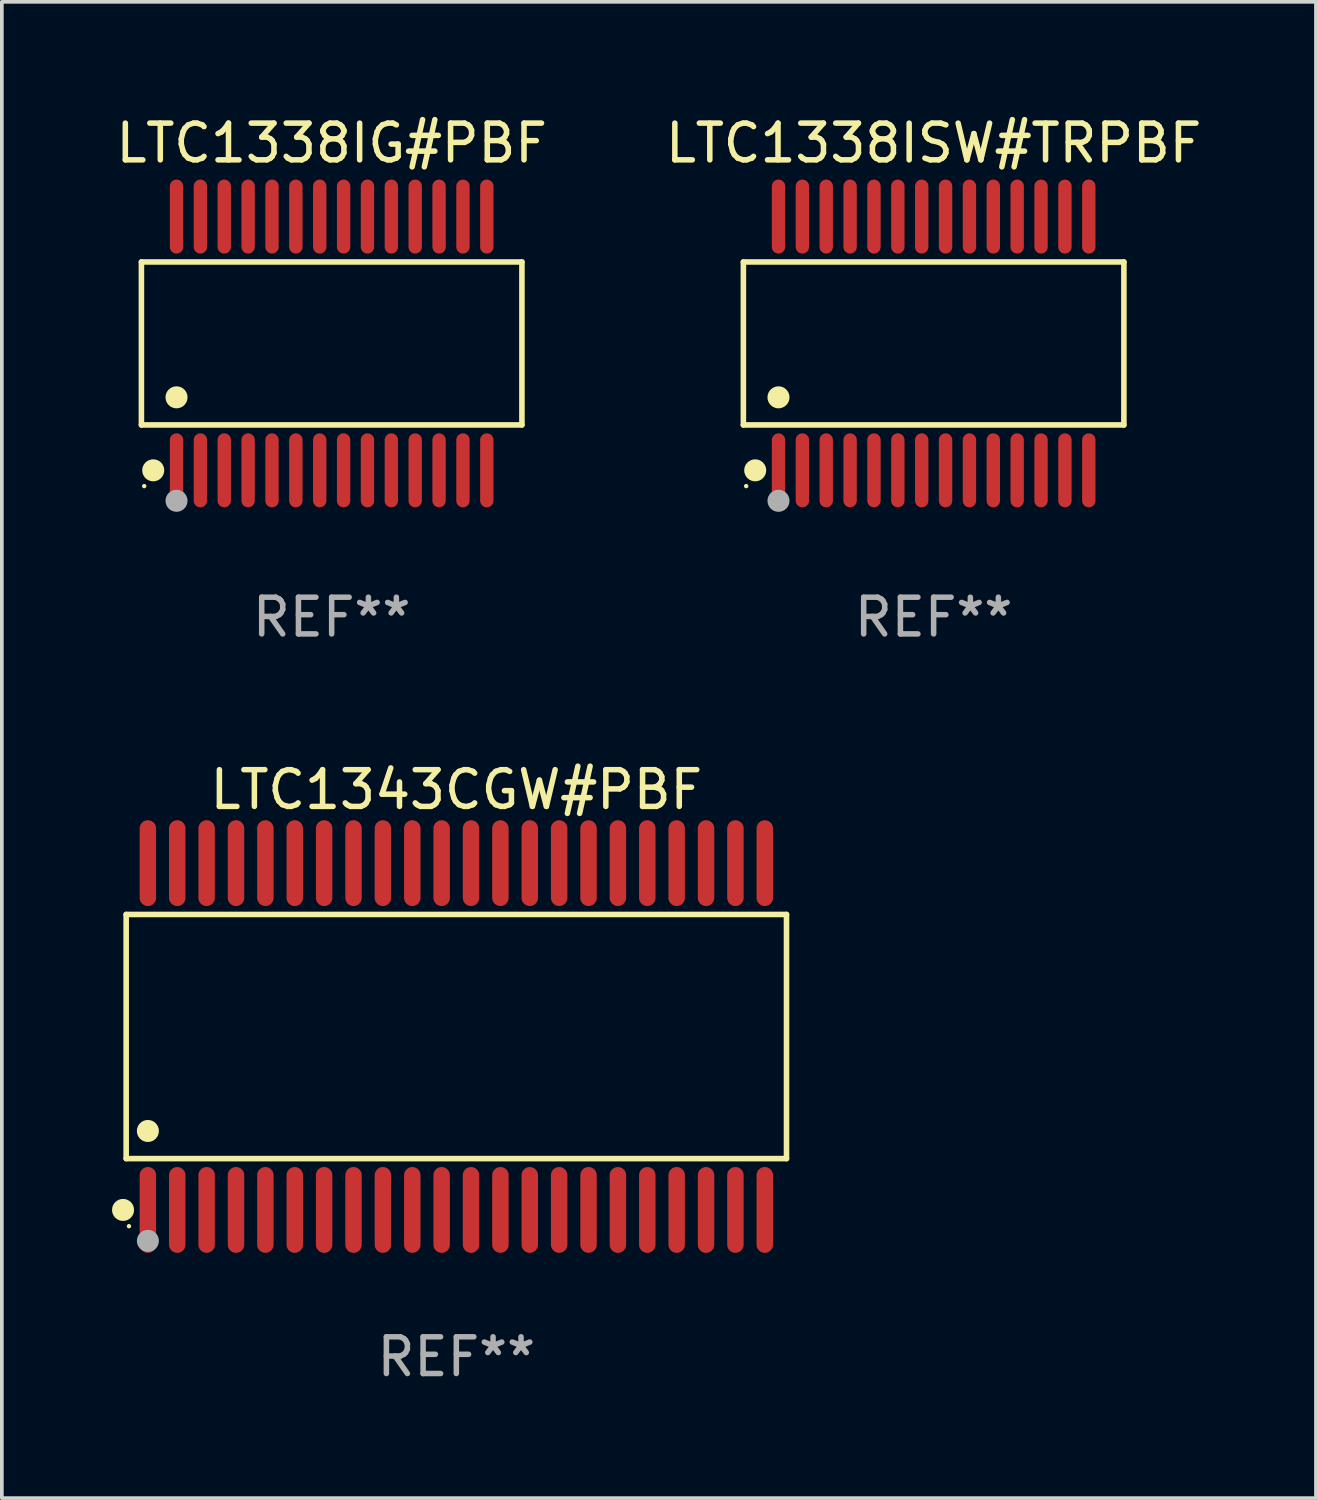
<source format=kicad_pcb>
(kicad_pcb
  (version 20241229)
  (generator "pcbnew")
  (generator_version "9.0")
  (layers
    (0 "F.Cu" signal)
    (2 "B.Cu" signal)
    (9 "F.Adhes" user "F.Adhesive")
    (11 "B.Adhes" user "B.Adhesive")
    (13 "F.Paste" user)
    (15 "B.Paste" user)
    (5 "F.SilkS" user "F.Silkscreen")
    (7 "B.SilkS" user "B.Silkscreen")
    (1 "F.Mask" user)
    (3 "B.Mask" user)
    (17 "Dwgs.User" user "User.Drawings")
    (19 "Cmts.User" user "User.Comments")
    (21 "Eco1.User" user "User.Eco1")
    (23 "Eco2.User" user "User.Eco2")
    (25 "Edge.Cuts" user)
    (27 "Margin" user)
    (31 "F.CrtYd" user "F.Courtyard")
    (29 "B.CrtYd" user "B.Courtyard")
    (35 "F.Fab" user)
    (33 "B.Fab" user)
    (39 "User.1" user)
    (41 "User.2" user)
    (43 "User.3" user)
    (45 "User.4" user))
  (footprint "LTC1338ISW#TRPBF"
    (layer "F.Cu")
    (at 22.375 6.303)
    (property "Reference" "LTC1338ISW#TRPBF" (at 0 -5.455 0) (layer "F.SilkS") (effects (font (size 1 1) (thickness 0.15))))
    (attr through_hole)
    (fp_line (start -5.181 -2.219) (end 5.181 -2.219) (stroke (width 0.152) (type solid)) (layer "F.SilkS"))
    (fp_line (start -5.181 2.219) (end -5.181 -2.219) (stroke (width 0.152) (type solid)) (layer "F.SilkS"))
    (fp_line (start 5.181 -2.219) (end 5.181 2.219) (stroke (width 0.152) (type solid)) (layer "F.SilkS"))
    (fp_line (start 5.181 2.219) (end -5.181 2.219) (stroke (width 0.152) (type solid)) (layer "F.SilkS"))
    (fp_circle (center -5.105 3.885) (end -5.075 3.885) (stroke (width 0.06) (type solid)) (fill no) (layer "F.SilkS"))
    (fp_circle (center -4.859 3.455) (end -4.709 3.455) (stroke (width 0.3) (type solid)) (fill no) (layer "F.SilkS"))
    (fp_circle (center -4.225 1.467) (end -4.075 1.467) (stroke (width 0.3) (type solid)) (fill no) (layer "F.SilkS"))
    (fp_circle (center -4.225 4.285) (end -4.075 4.285) (stroke (width 0.3) (type solid)) (fill no) (layer "F.Fab"))
    (fp_text user "REF**" (at 0 7.455 0) (layer "F.Fab") (effects (font (size 1 1) (thickness 0.15))))
    (pad "1" smd oval (at -4.225 3.455) (size 0.364 2.015) (layers "F.Cu" "F.Mask" "F.Paste"))
    (pad "2" smd oval (at -3.575 3.455) (size 0.364 2.015) (layers "F.Cu" "F.Mask" "F.Paste"))
    (pad "3" smd oval (at -2.925 3.455) (size 0.364 2.015) (layers "F.Cu" "F.Mask" "F.Paste"))
    (pad "4" smd oval (at -2.275 3.455) (size 0.364 2.015) (layers "F.Cu" "F.Mask" "F.Paste"))
    (pad "5" smd oval (at -1.625 3.455) (size 0.364 2.015) (layers "F.Cu" "F.Mask" "F.Paste"))
    (pad "6" smd oval (at -0.975 3.455) (size 0.364 2.015) (layers "F.Cu" "F.Mask" "F.Paste"))
    (pad "7" smd oval (at -0.325 3.455) (size 0.364 2.015) (layers "F.Cu" "F.Mask" "F.Paste"))
    (pad "8" smd oval (at 0.325 3.455) (size 0.364 2.015) (layers "F.Cu" "F.Mask" "F.Paste"))
    (pad "9" smd oval (at 0.975 3.455) (size 0.364 2.015) (layers "F.Cu" "F.Mask" "F.Paste"))
    (pad "10" smd oval (at 1.625 3.455) (size 0.364 2.015) (layers "F.Cu" "F.Mask" "F.Paste"))
    (pad "11" smd oval (at 2.275 3.455) (size 0.364 2.015) (layers "F.Cu" "F.Mask" "F.Paste"))
    (pad "12" smd oval (at 2.925 3.455) (size 0.364 2.015) (layers "F.Cu" "F.Mask" "F.Paste"))
    (pad "13" smd oval (at 3.575 3.455) (size 0.364 2.015) (layers "F.Cu" "F.Mask" "F.Paste"))
    (pad "14" smd oval (at 4.225 3.455) (size 0.364 2.015) (layers "F.Cu" "F.Mask" "F.Paste"))
    (pad "15" smd oval (at 4.225 -3.455) (size 0.364 2.015) (layers "F.Cu" "F.Mask" "F.Paste"))
    (pad "16" smd oval (at 3.575 -3.455) (size 0.364 2.015) (layers "F.Cu" "F.Mask" "F.Paste"))
    (pad "17" smd oval (at 2.925 -3.455) (size 0.364 2.015) (layers "F.Cu" "F.Mask" "F.Paste"))
    (pad "18" smd oval (at 2.275 -3.455) (size 0.364 2.015) (layers "F.Cu" "F.Mask" "F.Paste"))
    (pad "19" smd oval (at 1.625 -3.455) (size 0.364 2.015) (layers "F.Cu" "F.Mask" "F.Paste"))
    (pad "20" smd oval (at 0.975 -3.455) (size 0.364 2.015) (layers "F.Cu" "F.Mask" "F.Paste"))
    (pad "21" smd oval (at 0.325 -3.455) (size 0.364 2.015) (layers "F.Cu" "F.Mask" "F.Paste"))
    (pad "22" smd oval (at -0.325 -3.455) (size 0.364 2.015) (layers "F.Cu" "F.Mask" "F.Paste"))
    (pad "23" smd oval (at -0.975 -3.455) (size 0.364 2.015) (layers "F.Cu" "F.Mask" "F.Paste"))
    (pad "24" smd oval (at -1.625 -3.455) (size 0.364 2.015) (layers "F.Cu" "F.Mask" "F.Paste"))
    (pad "25" smd oval (at -2.275 -3.455) (size 0.364 2.015) (layers "F.Cu" "F.Mask" "F.Paste"))
    (pad "26" smd oval (at -2.925 -3.455) (size 0.364 2.015) (layers "F.Cu" "F.Mask" "F.Paste"))
    (pad "27" smd oval (at -3.575 -3.455) (size 0.364 2.015) (layers "F.Cu" "F.Mask" "F.Paste"))
    (pad "28" smd oval (at -4.225 -3.455) (size 0.364 2.015) (layers "F.Cu" "F.Mask" "F.Paste")))
  (footprint "LTC1343CGW#PBF"
    (layer "F.Cu")
    (at 9.377 25.177)
    (property "Reference" "LTC1343CGW#PBF" (at 0 -6.722 0) (layer "F.SilkS") (effects (font (size 1 1) (thickness 0.15))))
    (attr through_hole)
    (fp_line (start -8.991 -3.324) (end 8.991 -3.324) (stroke (width 0.152) (type solid)) (layer "F.SilkS"))
    (fp_line (start -8.991 3.324) (end -8.991 -3.324) (stroke (width 0.152) (type solid)) (layer "F.SilkS"))
    (fp_line (start 8.991 -3.324) (end 8.991 3.324) (stroke (width 0.152) (type solid)) (layer "F.SilkS"))
    (fp_line (start 8.991 3.324) (end -8.991 3.324) (stroke (width 0.152) (type solid)) (layer "F.SilkS"))
    (fp_circle (center -9.076 4.722) (end -8.926 4.722) (stroke (width 0.3) (type solid)) (fill no) (layer "F.SilkS"))
    (fp_circle (center -8.915 5.165) (end -8.885 5.165) (stroke (width 0.06) (type solid)) (fill no) (layer "F.SilkS"))
    (fp_circle (center -8.4 2.572) (end -8.25 2.572) (stroke (width 0.3) (type solid)) (fill no) (layer "F.SilkS"))
    (fp_circle (center -8.4 5.565) (end -8.25 5.565) (stroke (width 0.3) (type solid)) (fill no) (layer "F.Fab"))
    (fp_text user "REF**" (at 0 8.722 0) (layer "F.Fab") (effects (font (size 1 1) (thickness 0.15))))
    (pad "1" smd oval (at -8.4 4.722) (size 0.448 2.337) (layers "F.Cu" "F.Mask" "F.Paste"))
    (pad "2" smd oval (at -7.6 4.722) (size 0.448 2.337) (layers "F.Cu" "F.Mask" "F.Paste"))
    (pad "3" smd oval (at -6.8 4.722) (size 0.448 2.337) (layers "F.Cu" "F.Mask" "F.Paste"))
    (pad "4" smd oval (at -6 4.722) (size 0.448 2.337) (layers "F.Cu" "F.Mask" "F.Paste"))
    (pad "5" smd oval (at -5.2 4.722) (size 0.448 2.337) (layers "F.Cu" "F.Mask" "F.Paste"))
    (pad "6" smd oval (at -4.4 4.722) (size 0.448 2.337) (layers "F.Cu" "F.Mask" "F.Paste"))
    (pad "7" smd oval (at -3.6 4.722) (size 0.448 2.337) (layers "F.Cu" "F.Mask" "F.Paste"))
    (pad "8" smd oval (at -2.8 4.722) (size 0.448 2.337) (layers "F.Cu" "F.Mask" "F.Paste"))
    (pad "9" smd oval (at -2 4.722) (size 0.448 2.337) (layers "F.Cu" "F.Mask" "F.Paste"))
    (pad "10" smd oval (at -1.2 4.722) (size 0.448 2.337) (layers "F.Cu" "F.Mask" "F.Paste"))
    (pad "11" smd oval (at -0.4 4.722) (size 0.448 2.337) (layers "F.Cu" "F.Mask" "F.Paste"))
    (pad "12" smd oval (at 0.4 4.722) (size 0.448 2.337) (layers "F.Cu" "F.Mask" "F.Paste"))
    (pad "13" smd oval (at 1.2 4.722) (size 0.448 2.337) (layers "F.Cu" "F.Mask" "F.Paste"))
    (pad "14" smd oval (at 2 4.722) (size 0.448 2.337) (layers "F.Cu" "F.Mask" "F.Paste"))
    (pad "15" smd oval (at 2.8 4.722) (size 0.448 2.337) (layers "F.Cu" "F.Mask" "F.Paste"))
    (pad "16" smd oval (at 3.6 4.722) (size 0.448 2.337) (layers "F.Cu" "F.Mask" "F.Paste"))
    (pad "17" smd oval (at 4.4 4.722) (size 0.448 2.337) (layers "F.Cu" "F.Mask" "F.Paste"))
    (pad "18" smd oval (at 5.2 4.722) (size 0.448 2.337) (layers "F.Cu" "F.Mask" "F.Paste"))
    (pad "19" smd oval (at 6 4.722) (size 0.448 2.337) (layers "F.Cu" "F.Mask" "F.Paste"))
    (pad "20" smd oval (at 6.8 4.722) (size 0.448 2.337) (layers "F.Cu" "F.Mask" "F.Paste"))
    (pad "21" smd oval (at 7.6 4.722) (size 0.448 2.337) (layers "F.Cu" "F.Mask" "F.Paste"))
    (pad "22" smd oval (at 8.4 4.722) (size 0.448 2.337) (layers "F.Cu" "F.Mask" "F.Paste"))
    (pad "23" smd oval (at 8.4 -4.722) (size 0.448 2.337) (layers "F.Cu" "F.Mask" "F.Paste"))
    (pad "24" smd oval (at 7.6 -4.722) (size 0.448 2.337) (layers "F.Cu" "F.Mask" "F.Paste"))
    (pad "25" smd oval (at 6.8 -4.722) (size 0.448 2.337) (layers "F.Cu" "F.Mask" "F.Paste"))
    (pad "26" smd oval (at 6 -4.722) (size 0.448 2.337) (layers "F.Cu" "F.Mask" "F.Paste"))
    (pad "27" smd oval (at 5.2 -4.722) (size 0.448 2.337) (layers "F.Cu" "F.Mask" "F.Paste"))
    (pad "28" smd oval (at 4.4 -4.722) (size 0.448 2.337) (layers "F.Cu" "F.Mask" "F.Paste"))
    (pad "29" smd oval (at 3.6 -4.722) (size 0.448 2.337) (layers "F.Cu" "F.Mask" "F.Paste"))
    (pad "30" smd oval (at 2.8 -4.722) (size 0.448 2.337) (layers "F.Cu" "F.Mask" "F.Paste"))
    (pad "31" smd oval (at 2 -4.722) (size 0.448 2.337) (layers "F.Cu" "F.Mask" "F.Paste"))
    (pad "32" smd oval (at 1.2 -4.722) (size 0.448 2.337) (layers "F.Cu" "F.Mask" "F.Paste"))
    (pad "33" smd oval (at 0.4 -4.722) (size 0.448 2.337) (layers "F.Cu" "F.Mask" "F.Paste"))
    (pad "34" smd oval (at -0.4 -4.722) (size 0.448 2.337) (layers "F.Cu" "F.Mask" "F.Paste"))
    (pad "35" smd oval (at -1.2 -4.722) (size 0.448 2.337) (layers "F.Cu" "F.Mask" "F.Paste"))
    (pad "36" smd oval (at -2 -4.722) (size 0.448 2.337) (layers "F.Cu" "F.Mask" "F.Paste"))
    (pad "37" smd oval (at -2.8 -4.722) (size 0.448 2.337) (layers "F.Cu" "F.Mask" "F.Paste"))
    (pad "38" smd oval (at -3.6 -4.722) (size 0.448 2.337) (layers "F.Cu" "F.Mask" "F.Paste"))
    (pad "39" smd oval (at -4.4 -4.722) (size 0.448 2.337) (layers "F.Cu" "F.Mask" "F.Paste"))
    (pad "40" smd oval (at -5.2 -4.722) (size 0.448 2.337) (layers "F.Cu" "F.Mask" "F.Paste"))
    (pad "41" smd oval (at -6 -4.722) (size 0.448 2.337) (layers "F.Cu" "F.Mask" "F.Paste"))
    (pad "42" smd oval (at -6.8 -4.722) (size 0.448 2.337) (layers "F.Cu" "F.Mask" "F.Paste"))
    (pad "43" smd oval (at -7.6 -4.722) (size 0.448 2.337) (layers "F.Cu" "F.Mask" "F.Paste"))
    (pad "44" smd oval (at -8.4 -4.722) (size 0.448 2.337) (layers "F.Cu" "F.Mask" "F.Paste")))
  (footprint "LTC1338IG#PBF"
    (layer "F.Cu")
    (at 5.982 6.303)
    (property "Reference" "LTC1338IG#PBF" (at 0 -5.455 0) (layer "F.SilkS") (effects (font (size 1 1) (thickness 0.15))))
    (attr through_hole)
    (fp_line (start -5.181 -2.219) (end 5.181 -2.219) (stroke (width 0.152) (type solid)) (layer "F.SilkS"))
    (fp_line (start -5.181 2.219) (end -5.181 -2.219) (stroke (width 0.152) (type solid)) (layer "F.SilkS"))
    (fp_line (start 5.181 -2.219) (end 5.181 2.219) (stroke (width 0.152) (type solid)) (layer "F.SilkS"))
    (fp_line (start 5.181 2.219) (end -5.181 2.219) (stroke (width 0.152) (type solid)) (layer "F.SilkS"))
    (fp_circle (center -5.105 3.885) (end -5.075 3.885) (stroke (width 0.06) (type solid)) (fill no) (layer "F.SilkS"))
    (fp_circle (center -4.859 3.455) (end -4.709 3.455) (stroke (width 0.3) (type solid)) (fill no) (layer "F.SilkS"))
    (fp_circle (center -4.225 1.467) (end -4.075 1.467) (stroke (width 0.3) (type solid)) (fill no) (layer "F.SilkS"))
    (fp_circle (center -4.225 4.285) (end -4.075 4.285) (stroke (width 0.3) (type solid)) (fill no) (layer "F.Fab"))
    (fp_text user "REF**" (at 0 7.455 0) (layer "F.Fab") (effects (font (size 1 1) (thickness 0.15))))
    (pad "1" smd oval (at -4.225 3.455) (size 0.364 2.015) (layers "F.Cu" "F.Mask" "F.Paste"))
    (pad "2" smd oval (at -3.575 3.455) (size 0.364 2.015) (layers "F.Cu" "F.Mask" "F.Paste"))
    (pad "3" smd oval (at -2.925 3.455) (size 0.364 2.015) (layers "F.Cu" "F.Mask" "F.Paste"))
    (pad "4" smd oval (at -2.275 3.455) (size 0.364 2.015) (layers "F.Cu" "F.Mask" "F.Paste"))
    (pad "5" smd oval (at -1.625 3.455) (size 0.364 2.015) (layers "F.Cu" "F.Mask" "F.Paste"))
    (pad "6" smd oval (at -0.975 3.455) (size 0.364 2.015) (layers "F.Cu" "F.Mask" "F.Paste"))
    (pad "7" smd oval (at -0.325 3.455) (size 0.364 2.015) (layers "F.Cu" "F.Mask" "F.Paste"))
    (pad "8" smd oval (at 0.325 3.455) (size 0.364 2.015) (layers "F.Cu" "F.Mask" "F.Paste"))
    (pad "9" smd oval (at 0.975 3.455) (size 0.364 2.015) (layers "F.Cu" "F.Mask" "F.Paste"))
    (pad "10" smd oval (at 1.625 3.455) (size 0.364 2.015) (layers "F.Cu" "F.Mask" "F.Paste"))
    (pad "11" smd oval (at 2.275 3.455) (size 0.364 2.015) (layers "F.Cu" "F.Mask" "F.Paste"))
    (pad "12" smd oval (at 2.925 3.455) (size 0.364 2.015) (layers "F.Cu" "F.Mask" "F.Paste"))
    (pad "13" smd oval (at 3.575 3.455) (size 0.364 2.015) (layers "F.Cu" "F.Mask" "F.Paste"))
    (pad "14" smd oval (at 4.225 3.455) (size 0.364 2.015) (layers "F.Cu" "F.Mask" "F.Paste"))
    (pad "15" smd oval (at 4.225 -3.455) (size 0.364 2.015) (layers "F.Cu" "F.Mask" "F.Paste"))
    (pad "16" smd oval (at 3.575 -3.455) (size 0.364 2.015) (layers "F.Cu" "F.Mask" "F.Paste"))
    (pad "17" smd oval (at 2.925 -3.455) (size 0.364 2.015) (layers "F.Cu" "F.Mask" "F.Paste"))
    (pad "18" smd oval (at 2.275 -3.455) (size 0.364 2.015) (layers "F.Cu" "F.Mask" "F.Paste"))
    (pad "19" smd oval (at 1.625 -3.455) (size 0.364 2.015) (layers "F.Cu" "F.Mask" "F.Paste"))
    (pad "20" smd oval (at 0.975 -3.455) (size 0.364 2.015) (layers "F.Cu" "F.Mask" "F.Paste"))
    (pad "21" smd oval (at 0.325 -3.455) (size 0.364 2.015) (layers "F.Cu" "F.Mask" "F.Paste"))
    (pad "22" smd oval (at -0.325 -3.455) (size 0.364 2.015) (layers "F.Cu" "F.Mask" "F.Paste"))
    (pad "23" smd oval (at -0.975 -3.455) (size 0.364 2.015) (layers "F.Cu" "F.Mask" "F.Paste"))
    (pad "24" smd oval (at -1.625 -3.455) (size 0.364 2.015) (layers "F.Cu" "F.Mask" "F.Paste"))
    (pad "25" smd oval (at -2.275 -3.455) (size 0.364 2.015) (layers "F.Cu" "F.Mask" "F.Paste"))
    (pad "26" smd oval (at -2.925 -3.455) (size 0.364 2.015) (layers "F.Cu" "F.Mask" "F.Paste"))
    (pad "27" smd oval (at -3.575 -3.455) (size 0.364 2.015) (layers "F.Cu" "F.Mask" "F.Paste"))
    (pad "28" smd oval (at -4.225 -3.455) (size 0.364 2.015) (layers "F.Cu" "F.Mask" "F.Paste")))
  (gr_rect
    (start -3 -3)
    (end 32.786 37.747)
    (stroke (width 0.1) (type default))
    (fill no)
    (layer "Edge.Cuts")))
</source>
